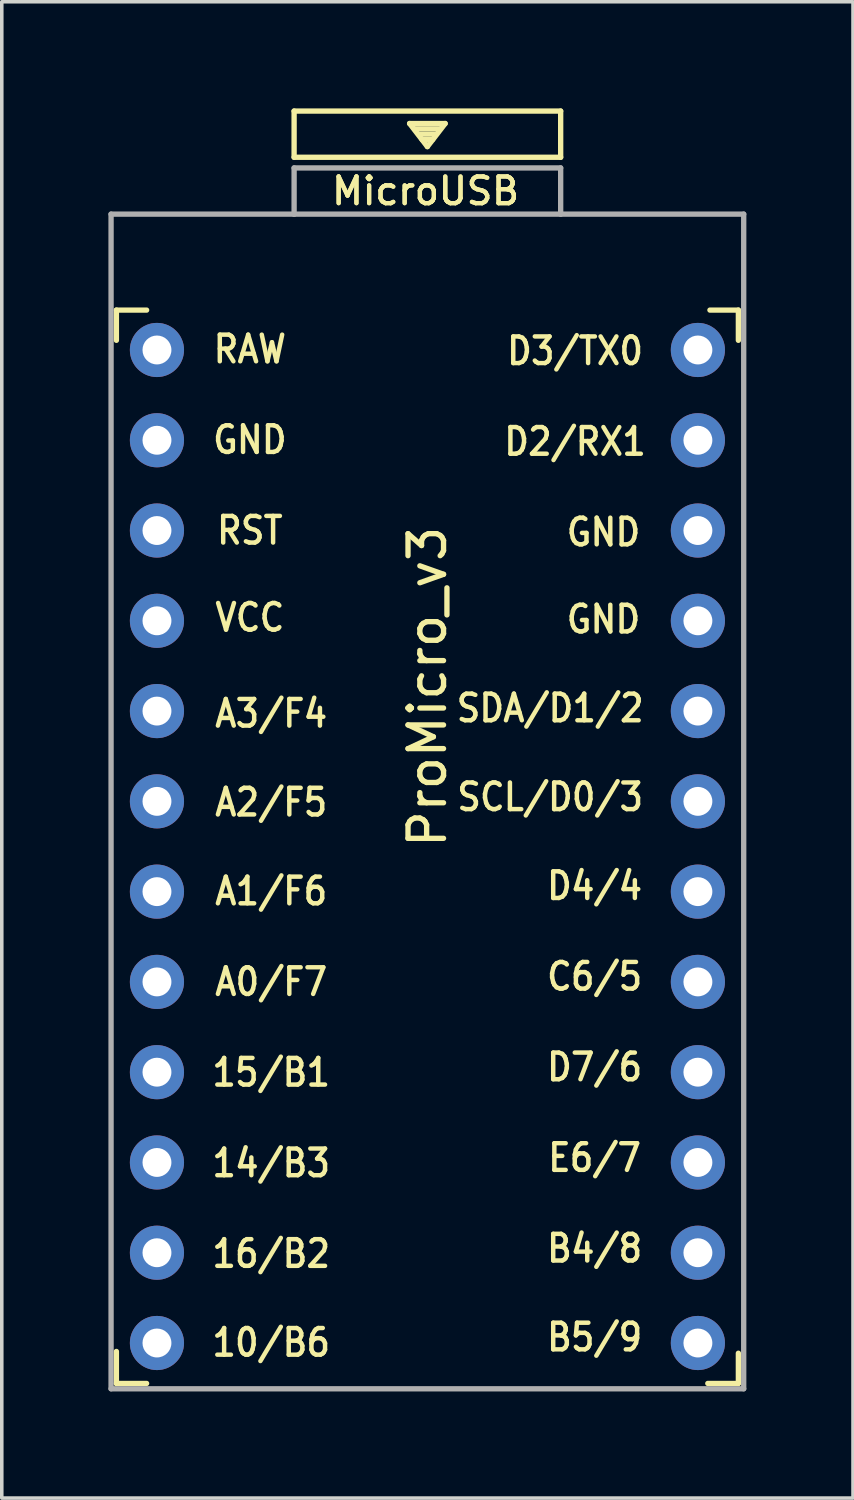
<source format=kicad_pcb>
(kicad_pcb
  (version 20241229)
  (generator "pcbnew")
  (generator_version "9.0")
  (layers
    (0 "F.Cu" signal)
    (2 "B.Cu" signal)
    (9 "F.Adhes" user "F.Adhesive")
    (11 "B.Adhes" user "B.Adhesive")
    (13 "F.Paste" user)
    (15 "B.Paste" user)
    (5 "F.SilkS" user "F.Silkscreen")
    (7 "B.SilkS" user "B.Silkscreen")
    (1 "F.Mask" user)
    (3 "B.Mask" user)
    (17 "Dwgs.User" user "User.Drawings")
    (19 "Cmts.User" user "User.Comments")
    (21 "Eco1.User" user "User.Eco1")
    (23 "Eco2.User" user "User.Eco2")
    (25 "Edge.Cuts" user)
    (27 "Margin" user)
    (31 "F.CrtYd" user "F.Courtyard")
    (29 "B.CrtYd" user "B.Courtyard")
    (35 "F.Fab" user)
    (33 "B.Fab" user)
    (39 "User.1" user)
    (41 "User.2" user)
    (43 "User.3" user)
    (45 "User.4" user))
  (footprint "ProMicro_v3"
    (layer "F.Cu")
    (at 8.975 21.275)
    (property "Reference" "ProMicro_v3" (at 0 -5 270) (layer "F.SilkS") (effects (font (size 1 1) (thickness 0.15))))
    (attr through_hole)
    (fp_line (start -8.75 -15.6) (end -8.75 -14.75) (stroke (width 0.15) (type solid)) (layer "F.SilkS"))
    (fp_line (start -8.75 -15.6) (end -7.9 -15.6) (stroke (width 0.15) (type solid)) (layer "F.SilkS"))
    (fp_line (start -8.75 13.7) (end -8.75 14.6) (stroke (width 0.15) (type solid)) (layer "F.SilkS"))
    (fp_line (start -8.75 14.6) (end -7.9 14.6) (stroke (width 0.15) (type solid)) (layer "F.SilkS"))
    (fp_line (start -3.75 -21.2) (end -3.75 -19.9) (stroke (width 0.15) (type solid)) (layer "F.SilkS"))
    (fp_line (start -3.75 -19.9) (end 3.75 -19.9) (stroke (width 0.15) (type solid)) (layer "F.SilkS"))
    (fp_line (start -0.5 -20.85) (end 0.5 -20.85) (stroke (width 0.15) (type solid)) (layer "F.SilkS"))
    (fp_line (start -0.35 -20.7) (end 0.35 -20.7) (stroke (width 0.15) (type solid)) (layer "F.SilkS"))
    (fp_line (start -0.25 -20.55) (end 0.25 -20.55) (stroke (width 0.15) (type solid)) (layer "F.SilkS"))
    (fp_line (start -0.15 -20.4) (end 0.15 -20.4) (stroke (width 0.15) (type solid)) (layer "F.SilkS"))
    (fp_line (start 0 -20.2) (end -0.5 -20.85) (stroke (width 0.15) (type solid)) (layer "F.SilkS"))
    (fp_line (start 0.5 -20.85) (end 0 -20.2) (stroke (width 0.15) (type solid)) (layer "F.SilkS"))
    (fp_line (start 3.75 -21.2) (end -3.75 -21.2) (stroke (width 0.15) (type solid)) (layer "F.SilkS"))
    (fp_line (start 3.75 -19.9) (end 3.75 -21.2) (stroke (width 0.15) (type solid)) (layer "F.SilkS"))
    (fp_line (start 8.75 -15.6) (end 7.95 -15.6) (stroke (width 0.15) (type solid)) (layer "F.SilkS"))
    (fp_line (start 8.75 -15.6) (end 8.75 -14.75) (stroke (width 0.15) (type solid)) (layer "F.SilkS"))
    (fp_line (start 8.75 13.75) (end 8.75 14.6) (stroke (width 0.15) (type solid)) (layer "F.SilkS"))
    (fp_line (start 8.75 14.6) (end 7.89 14.6) (stroke (width 0.15) (type solid)) (layer "F.SilkS"))
    (fp_line (start -8.9 -18.3) (end -3.75 -18.3) (stroke (width 0.15) (type solid)) (layer "F.Fab"))
    (fp_line (start -8.9 14.75) (end -8.9 -18.3) (stroke (width 0.15) (type solid)) (layer "F.Fab"))
    (fp_line (start -3.75 -19.6) (end -3.75 -18.299) (stroke (width 0.15) (type solid)) (layer "F.Fab"))
    (fp_line (start -3.75 -19.6) (end 3.75 -19.6) (stroke (width 0.15) (type solid)) (layer "F.Fab"))
    (fp_line (start -3.75 -18.3) (end 3.75 -18.3) (stroke (width 0.15) (type solid)) (layer "F.Fab"))
    (fp_line (start 3.75 -19.6) (end 3.75 -18.3) (stroke (width 0.15) (type solid)) (layer "F.Fab"))
    (fp_line (start 3.76 -18.3) (end 8.9 -18.3) (stroke (width 0.15) (type solid)) (layer "F.Fab"))
    (fp_line (start 8.9 -18.3) (end 8.9 14.75) (stroke (width 0.15) (type solid)) (layer "F.Fab"))
    (fp_line (start 8.9 14.75) (end -8.9 14.75) (stroke (width 0.15) (type solid)) (layer "F.Fab"))
    (fp_text user "A1/F6" (at -4.395 0.75 0) (unlocked yes) (layer "F.SilkS") (effects (font (size 0.75 0.67) (thickness 0.125))))
    (fp_text user "MicroUSB" (at -0.05 -18.95 0) (layer "F.SilkS") (effects (font (size 0.75 0.75) (thickness 0.12))))
    (fp_text user "A2/F5" (at -4.395 -1.75 0) (unlocked yes) (layer "F.SilkS") (effects (font (size 0.75 0.67) (thickness 0.125))))
    (fp_text user "15/B1" (at -4.395 5.85 0) (unlocked yes) (layer "F.SilkS") (effects (font (size 0.75 0.67) (thickness 0.125))))
    (fp_text user "SCL/D0/3" (at 3.455 -1.9 0) (unlocked yes) (layer "F.SilkS") (effects (font (size 0.75 0.67) (thickness 0.125))))
    (fp_text user "A0/F7" (at -4.395 3.3 0) (unlocked yes) (layer "F.SilkS") (effects (font (size 0.75 0.67) (thickness 0.125))))
    (fp_text user "D3/TX0" (at 4.155 -14.45 0) (unlocked yes) (layer "F.SilkS") (effects (font (size 0.75 0.67) (thickness 0.125))))
    (fp_text user "RST" (at -4.995 -9.4 0) (unlocked yes) (layer "F.SilkS") (effects (font (size 0.75 0.67) (thickness 0.125))))
    (fp_text user "D2/RX1" (at 4.155 -11.9 0) (unlocked yes) (layer "F.SilkS") (effects (font (size 0.75 0.67) (thickness 0.125))))
    (fp_text user "VCC" (at -4.995 -6.95 0) (unlocked yes) (layer "F.SilkS") (effects (font (size 0.75 0.67) (thickness 0.125))))
    (fp_text user "GND" (at 4.955 -9.35 0) (unlocked yes) (layer "F.SilkS") (effects (font (size 0.75 0.67) (thickness 0.125))))
    (fp_text user "RAW" (at -4.995 -14.5 0) (unlocked yes) (layer "F.SilkS") (effects (font (size 0.75 0.67) (thickness 0.125))))
    (fp_text user "E6/7" (at 4.705 8.25 0) (unlocked yes) (layer "F.SilkS") (effects (font (size 0.75 0.67) (thickness 0.125))))
    (fp_text user "GND" (at -4.995 -11.95 0) (unlocked yes) (layer "F.SilkS") (effects (font (size 0.75 0.67) (thickness 0.125))))
    (fp_text user "B4/8" (at 4.705 10.8 0) (unlocked yes) (layer "F.SilkS") (effects (font (size 0.75 0.67) (thickness 0.125))))
    (fp_text user "16/B2" (at -4.395 10.95 0) (unlocked yes) (layer "F.SilkS") (effects (font (size 0.75 0.67) (thickness 0.125))))
    (fp_text user "A3/F4" (at -4.395 -4.25 0) (unlocked yes) (layer "F.SilkS") (effects (font (size 0.75 0.67) (thickness 0.125))))
    (fp_text user "D7/6" (at 4.705 5.7 0) (unlocked yes) (layer "F.SilkS") (effects (font (size 0.75 0.67) (thickness 0.125))))
    (fp_text user "D4/4" (at 4.705 0.6 0) (unlocked yes) (layer "F.SilkS") (effects (font (size 0.75 0.67) (thickness 0.125))))
    (fp_text user "10/B6" (at -4.395 13.45 0) (unlocked yes) (layer "F.SilkS") (effects (font (size 0.75 0.67) (thickness 0.125))))
    (fp_text user "MicroUSB" (at -0.05 -18.95 0) (layer "F.SilkS") (effects (font (size 0.75 0.75) (thickness 0.12))))
    (fp_text user "GND" (at 4.955 -6.9 0) (unlocked yes) (layer "F.SilkS") (effects (font (size 0.75 0.67) (thickness 0.125))))
    (fp_text user "C6/5" (at 4.705 3.15 0) (unlocked yes) (layer "F.SilkS") (effects (font (size 0.75 0.67) (thickness 0.125))))
    (fp_text user "14/B3" (at -4.395 8.4 0) (unlocked yes) (layer "F.SilkS") (effects (font (size 0.75 0.67) (thickness 0.125))))
    (fp_text user "SDA/D1/2" (at 3.455 -4.4 0) (unlocked yes) (layer "F.SilkS") (effects (font (size 0.75 0.67) (thickness 0.125))))
    (fp_text user "B5/9" (at 4.705 13.3 0) (unlocked yes) (layer "F.SilkS") (effects (font (size 0.75 0.67) (thickness 0.125))))
    (pad "1" thru_hole circle (at 7.611 -14.478) (size 1.524 1.524) (drill 0.813) (layers "*.Cu" "*.Mask"))
    (pad "2" thru_hole circle (at 7.611 -11.938) (size 1.524 1.524) (drill 0.813) (layers "*.Cu" "*.Mask"))
    (pad "3" thru_hole circle (at 7.611 -9.398) (size 1.524 1.524) (drill 0.813) (layers "*.Cu" "*.Mask"))
    (pad "4" thru_hole circle (at 7.611 -6.858) (size 1.524 1.524) (drill 0.813) (layers "*.Cu" "*.Mask"))
    (pad "5" thru_hole circle (at 7.611 -4.318) (size 1.524 1.524) (drill 0.813) (layers "*.Cu" "*.Mask"))
    (pad "6" thru_hole circle (at 7.611 -1.778) (size 1.524 1.524) (drill 0.813) (layers "*.Cu" "*.Mask"))
    (pad "7" thru_hole circle (at 7.611 0.762) (size 1.524 1.524) (drill 0.813) (layers "*.Cu" "*.Mask"))
    (pad "8" thru_hole circle (at 7.611 3.302) (size 1.524 1.524) (drill 0.813) (layers "*.Cu" "*.Mask"))
    (pad "9" thru_hole circle (at 7.611 5.842) (size 1.524 1.524) (drill 0.813) (layers "*.Cu" "*.Mask"))
    (pad "10" thru_hole circle (at 7.611 8.382) (size 1.524 1.524) (drill 0.813) (layers "*.Cu" "*.Mask"))
    (pad "11" thru_hole circle (at 7.611 10.922) (size 1.524 1.524) (drill 0.813) (layers "*.Cu" "*.Mask"))
    (pad "12" thru_hole circle (at 7.611 13.462) (size 1.524 1.524) (drill 0.813) (layers "*.Cu" "*.Mask"))
    (pad "13" thru_hole circle (at -7.609 13.462) (size 1.524 1.524) (drill 0.813) (layers "*.Cu" "*.Mask"))
    (pad "14" thru_hole circle (at -7.609 10.922) (size 1.524 1.524) (drill 0.813) (layers "*.Cu" "*.Mask"))
    (pad "15" thru_hole circle (at -7.609 8.382) (size 1.524 1.524) (drill 0.813) (layers "*.Cu" "*.Mask"))
    (pad "16" thru_hole circle (at -7.609 5.842) (size 1.524 1.524) (drill 0.813) (layers "*.Cu" "*.Mask"))
    (pad "17" thru_hole circle (at -7.609 3.302) (size 1.524 1.524) (drill 0.813) (layers "*.Cu" "*.Mask"))
    (pad "18" thru_hole circle (at -7.609 0.762) (size 1.524 1.524) (drill 0.813) (layers "*.Cu" "*.Mask"))
    (pad "19" thru_hole circle (at -7.609 -1.778) (size 1.524 1.524) (drill 0.813) (layers "*.Cu" "*.Mask"))
    (pad "20" thru_hole circle (at -7.609 -4.318) (size 1.524 1.524) (drill 0.813) (layers "*.Cu" "*.Mask"))
    (pad "21" thru_hole circle (at -7.609 -6.858) (size 1.524 1.524) (drill 0.813) (layers "*.Cu" "*.Mask"))
    (pad "22" thru_hole circle (at -7.609 -9.398) (size 1.524 1.524) (drill 0.813) (layers "*.Cu" "*.Mask"))
    (pad "23" thru_hole circle (at -7.609 -11.938) (size 1.524 1.524) (drill 0.813) (layers "*.Cu" "*.Mask"))
    (pad "24" thru_hole circle (at -7.609 -14.478) (size 1.524 1.524) (drill 0.813) (layers "*.Cu" "*.Mask")))
  (gr_rect
    (start -3 -3)
    (end 20.95 39.1)
    (stroke (width 0.1) (type default))
    (fill no)
    (layer "Edge.Cuts")))
</source>
